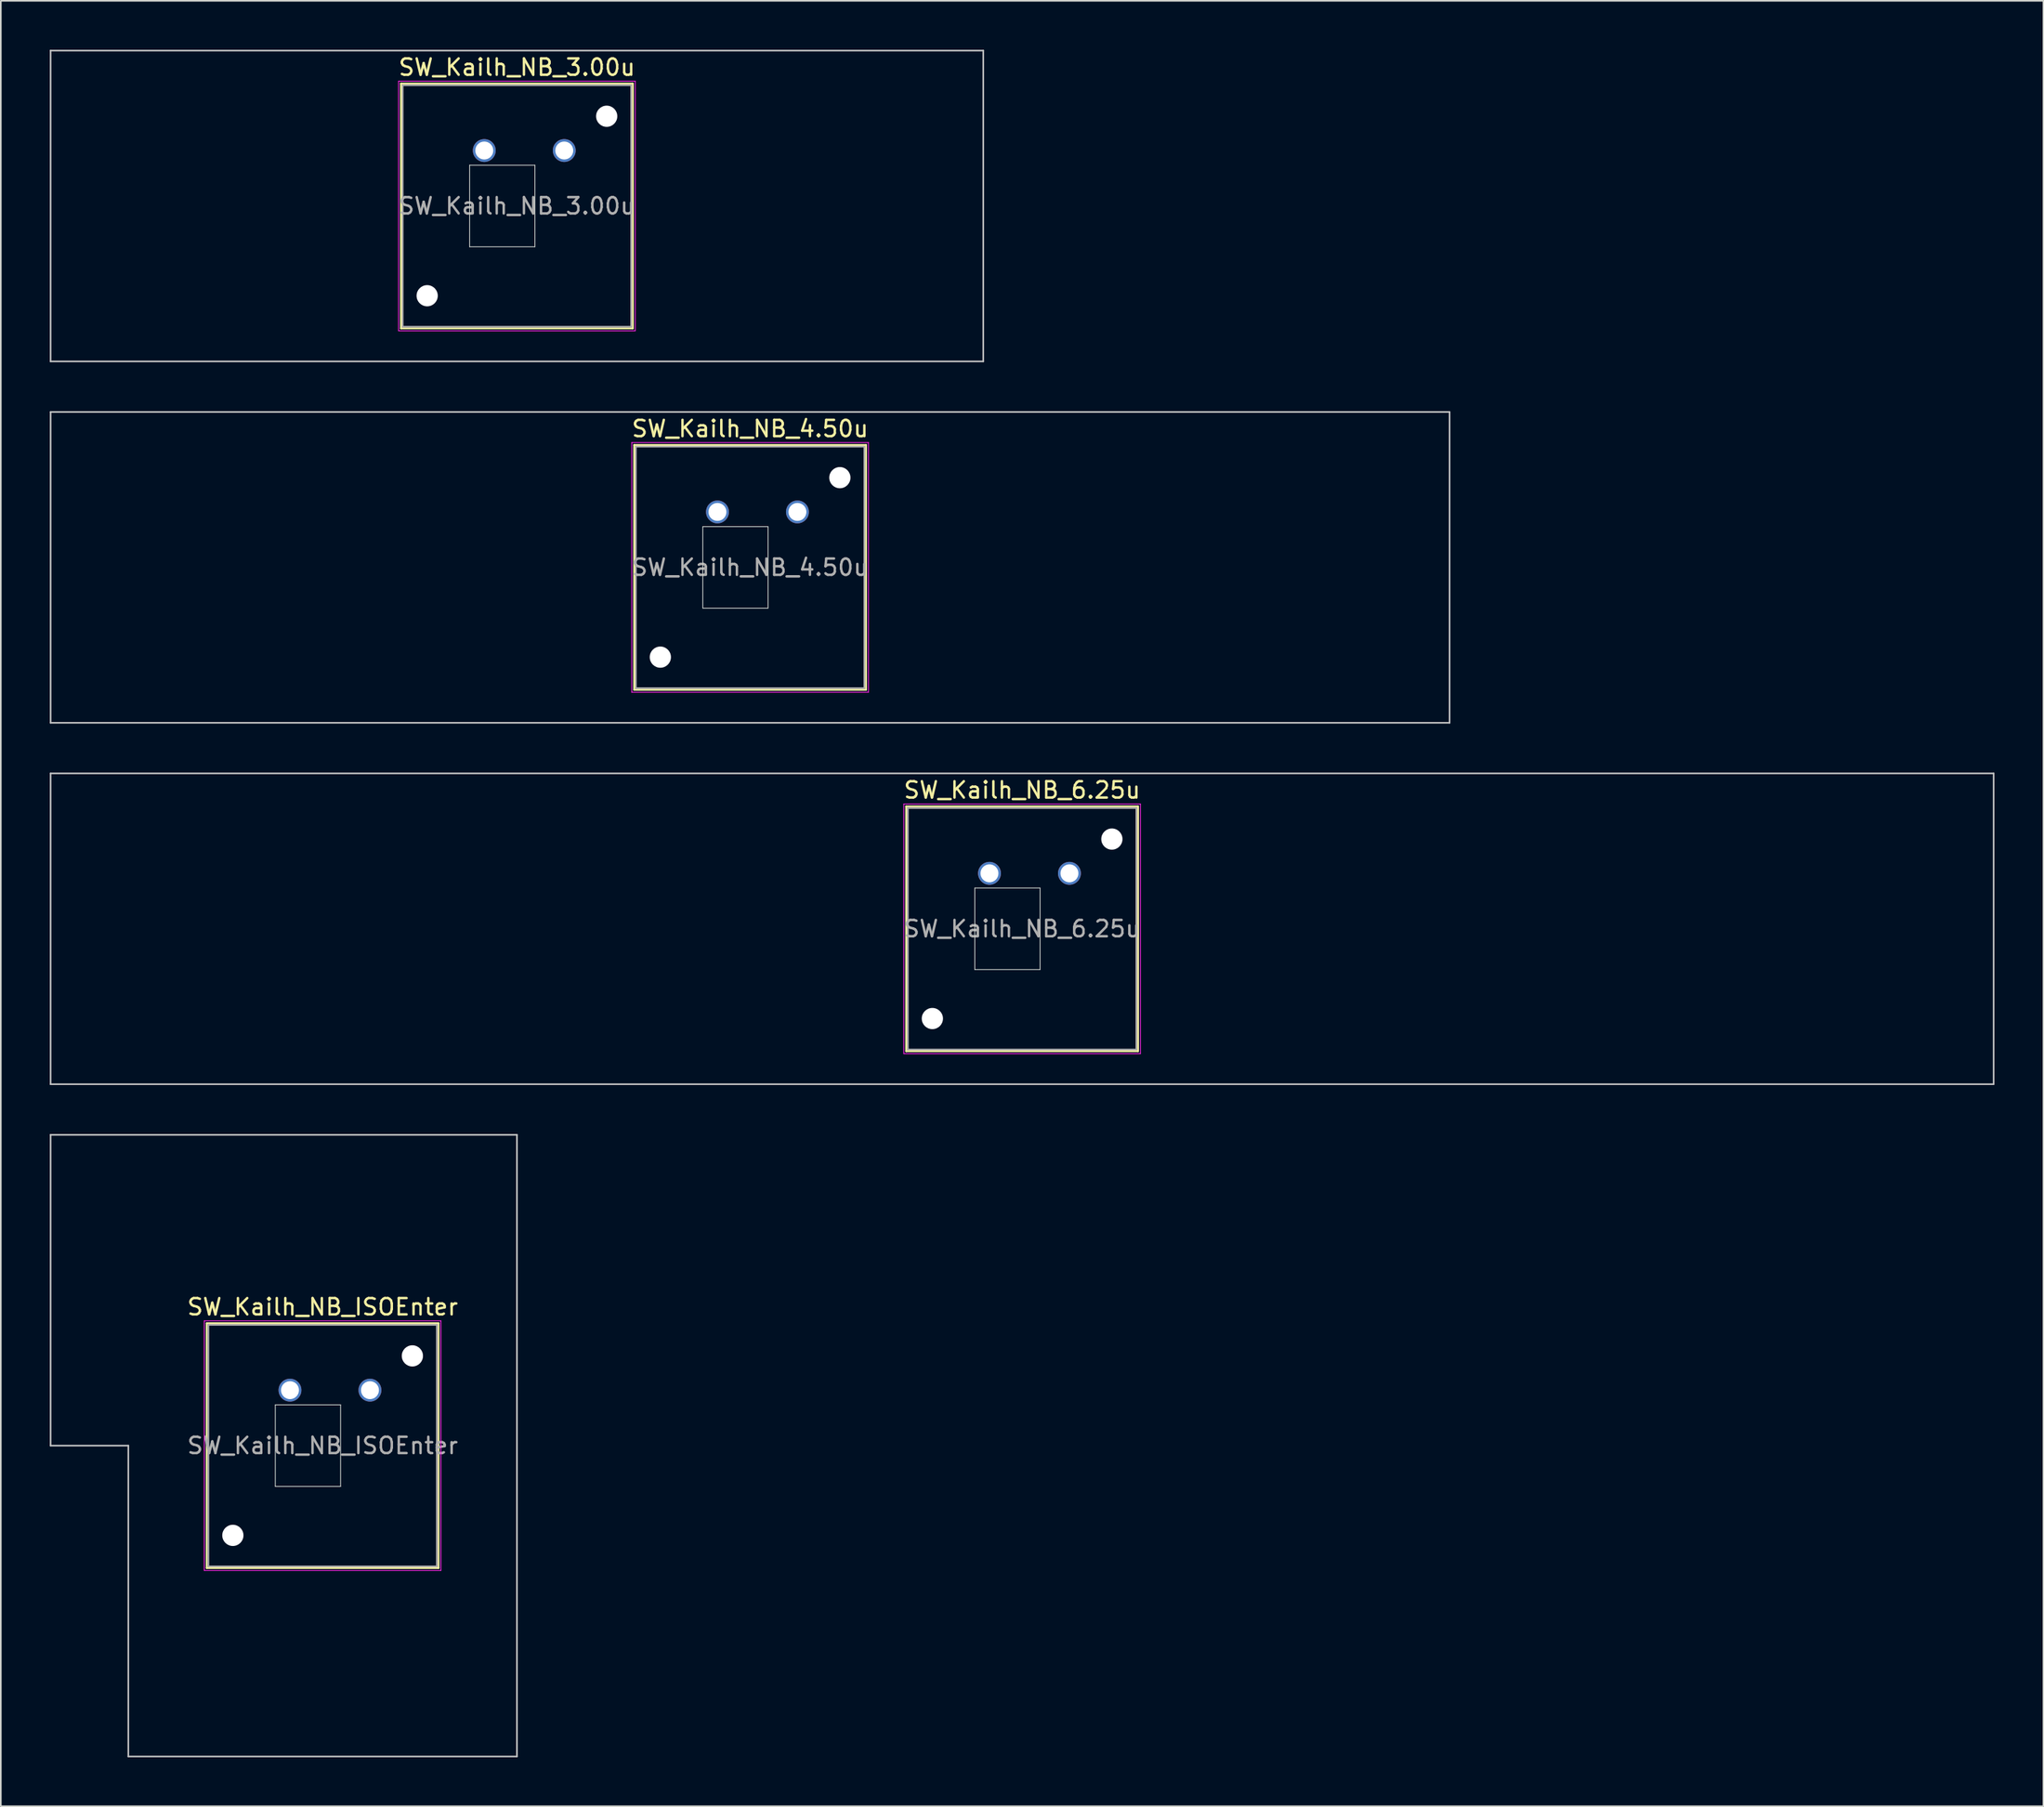
<source format=kicad_pcb>
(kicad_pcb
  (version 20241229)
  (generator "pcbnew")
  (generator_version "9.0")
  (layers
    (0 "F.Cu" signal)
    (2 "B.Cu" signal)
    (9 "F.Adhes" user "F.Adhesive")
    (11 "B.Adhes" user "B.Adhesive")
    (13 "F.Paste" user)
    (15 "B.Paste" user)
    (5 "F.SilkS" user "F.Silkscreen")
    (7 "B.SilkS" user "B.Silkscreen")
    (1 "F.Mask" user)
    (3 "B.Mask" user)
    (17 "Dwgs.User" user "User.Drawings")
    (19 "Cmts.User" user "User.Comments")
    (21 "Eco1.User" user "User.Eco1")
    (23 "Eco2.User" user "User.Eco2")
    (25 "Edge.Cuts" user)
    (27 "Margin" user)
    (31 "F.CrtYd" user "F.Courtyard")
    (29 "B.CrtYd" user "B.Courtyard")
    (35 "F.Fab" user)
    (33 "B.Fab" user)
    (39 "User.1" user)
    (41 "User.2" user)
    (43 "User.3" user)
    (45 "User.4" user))
  (footprint "SW_Kailh_NB_4.50u"
    (layer "F.Cu")
    (at 42.913 31.725)
    (property "Reference" "SW_Kailh_NB_4.50u" (at 0 -8.5 0) (layer "F.SilkS") (effects (font (size 1 1) (thickness 0.15))))
    (attr through_hole)
    (fp_line (start -7.1 -7.5) (end -7.1 7.5) (stroke (width 0.12) (type solid)) (layer "F.SilkS"))
    (fp_line (start -7.1 7.5) (end 7.1 7.5) (stroke (width 0.12) (type solid)) (layer "F.SilkS"))
    (fp_line (start 7.1 -7.5) (end -7.1 -7.5) (stroke (width 0.12) (type solid)) (layer "F.SilkS"))
    (fp_line (start 7.1 7.5) (end 7.1 -7.5) (stroke (width 0.12) (type solid)) (layer "F.SilkS"))
    (fp_line (start -42.862 -9.525) (end -42.862 9.525) (stroke (width 0.1) (type solid)) (layer "Dwgs.User"))
    (fp_line (start -42.862 9.525) (end 42.862 9.525) (stroke (width 0.1) (type solid)) (layer "Dwgs.User"))
    (fp_line (start 42.862 -9.525) (end -42.862 -9.525) (stroke (width 0.1) (type solid)) (layer "Dwgs.User"))
    (fp_line (start 42.862 9.525) (end 42.862 -9.525) (stroke (width 0.1) (type solid)) (layer "Dwgs.User"))
    (fp_line (start -2.9 -2.5) (end 1.1 -2.5) (stroke (width 0.05) (type solid)) (layer "Edge.Cuts"))
    (fp_line (start -2.9 2.5) (end -2.9 -2.5) (stroke (width 0.05) (type solid)) (layer "Edge.Cuts"))
    (fp_line (start 1.1 -2.5) (end 1.1 2.5) (stroke (width 0.05) (type solid)) (layer "Edge.Cuts"))
    (fp_line (start 1.1 2.5) (end -2.9 2.5) (stroke (width 0.05) (type solid)) (layer "Edge.Cuts"))
    (fp_line (start -7.25 -7.65) (end -7.25 7.65) (stroke (width 0.05) (type solid)) (layer "F.CrtYd"))
    (fp_line (start -7.25 7.65) (end 7.25 7.65) (stroke (width 0.05) (type solid)) (layer "F.CrtYd"))
    (fp_line (start 7.25 -7.65) (end -7.25 -7.65) (stroke (width 0.05) (type solid)) (layer "F.CrtYd"))
    (fp_line (start 7.25 7.65) (end 7.25 -7.65) (stroke (width 0.05) (type solid)) (layer "F.CrtYd"))
    (fp_line (start -7 -7.4) (end -7 7.4) (stroke (width 0.1) (type solid)) (layer "F.Fab"))
    (fp_line (start -7 7.4) (end 7 7.4) (stroke (width 0.1) (type solid)) (layer "F.Fab"))
    (fp_line (start 7 -7.4) (end -7 -7.4) (stroke (width 0.1) (type solid)) (layer "F.Fab"))
    (fp_line (start 7 7.4) (end 7 -7.4) (stroke (width 0.1) (type solid)) (layer "F.Fab"))
    (fp_text user "${REFERENCE}" (at 0 0 0) (layer "F.Fab") (effects (font (size 1 1) (thickness 0.15))))
    (pad "" np_thru_hole circle (at -5.5 5.5) (size 1.3 1.3) (drill 1.3) (layers "*.Cu" "*.Mask"))
    (pad "" smd circle (at -2 -3.4) (size 1.15 1.15) (layers "F.Mask"))
    (pad "" smd circle (at 2.9 -3.4) (size 1.15 1.15) (layers "F.Mask"))
    (pad "" np_thru_hole circle (at 5.5 -5.5) (size 1.3 1.3) (drill 1.3) (layers "*.Cu" "*.Mask"))
    (pad "1" thru_hole circle (at -2 -3.4) (size 1.4 1.4) (drill 1.1) (layers "*.Cu" "B.Mask"))
    (pad "2" thru_hole circle (at 2.9 -3.4) (size 1.4 1.4) (drill 1.1) (layers "*.Cu" "B.Mask")))
  (footprint "SW_Kailh_NB_6.25u"
    (layer "F.Cu")
    (at 59.581 53.875)
    (property "Reference" "SW_Kailh_NB_6.25u" (at 0 -8.5 0) (layer "F.SilkS") (effects (font (size 1 1) (thickness 0.15))))
    (attr through_hole)
    (fp_line (start -7.1 -7.5) (end -7.1 7.5) (stroke (width 0.12) (type solid)) (layer "F.SilkS"))
    (fp_line (start -7.1 7.5) (end 7.1 7.5) (stroke (width 0.12) (type solid)) (layer "F.SilkS"))
    (fp_line (start 7.1 -7.5) (end -7.1 -7.5) (stroke (width 0.12) (type solid)) (layer "F.SilkS"))
    (fp_line (start 7.1 7.5) (end 7.1 -7.5) (stroke (width 0.12) (type solid)) (layer "F.SilkS"))
    (fp_line (start -59.531 -9.525) (end -59.531 9.525) (stroke (width 0.1) (type solid)) (layer "Dwgs.User"))
    (fp_line (start -59.531 9.525) (end 59.531 9.525) (stroke (width 0.1) (type solid)) (layer "Dwgs.User"))
    (fp_line (start 59.531 -9.525) (end -59.531 -9.525) (stroke (width 0.1) (type solid)) (layer "Dwgs.User"))
    (fp_line (start 59.531 9.525) (end 59.531 -9.525) (stroke (width 0.1) (type solid)) (layer "Dwgs.User"))
    (fp_line (start -2.9 -2.5) (end 1.1 -2.5) (stroke (width 0.05) (type solid)) (layer "Edge.Cuts"))
    (fp_line (start -2.9 2.5) (end -2.9 -2.5) (stroke (width 0.05) (type solid)) (layer "Edge.Cuts"))
    (fp_line (start 1.1 -2.5) (end 1.1 2.5) (stroke (width 0.05) (type solid)) (layer "Edge.Cuts"))
    (fp_line (start 1.1 2.5) (end -2.9 2.5) (stroke (width 0.05) (type solid)) (layer "Edge.Cuts"))
    (fp_line (start -7.25 -7.65) (end -7.25 7.65) (stroke (width 0.05) (type solid)) (layer "F.CrtYd"))
    (fp_line (start -7.25 7.65) (end 7.25 7.65) (stroke (width 0.05) (type solid)) (layer "F.CrtYd"))
    (fp_line (start 7.25 -7.65) (end -7.25 -7.65) (stroke (width 0.05) (type solid)) (layer "F.CrtYd"))
    (fp_line (start 7.25 7.65) (end 7.25 -7.65) (stroke (width 0.05) (type solid)) (layer "F.CrtYd"))
    (fp_line (start -7 -7.4) (end -7 7.4) (stroke (width 0.1) (type solid)) (layer "F.Fab"))
    (fp_line (start -7 7.4) (end 7 7.4) (stroke (width 0.1) (type solid)) (layer "F.Fab"))
    (fp_line (start 7 -7.4) (end -7 -7.4) (stroke (width 0.1) (type solid)) (layer "F.Fab"))
    (fp_line (start 7 7.4) (end 7 -7.4) (stroke (width 0.1) (type solid)) (layer "F.Fab"))
    (fp_text user "${REFERENCE}" (at 0 0 0) (layer "F.Fab") (effects (font (size 1 1) (thickness 0.15))))
    (pad "" np_thru_hole circle (at -5.5 5.5) (size 1.3 1.3) (drill 1.3) (layers "*.Cu" "*.Mask"))
    (pad "" smd circle (at -2 -3.4) (size 1.15 1.15) (layers "F.Mask"))
    (pad "" smd circle (at 2.9 -3.4) (size 1.15 1.15) (layers "F.Mask"))
    (pad "" np_thru_hole circle (at 5.5 -5.5) (size 1.3 1.3) (drill 1.3) (layers "*.Cu" "*.Mask"))
    (pad "1" thru_hole circle (at -2 -3.4) (size 1.4 1.4) (drill 1.1) (layers "*.Cu" "B.Mask"))
    (pad "2" thru_hole circle (at 2.9 -3.4) (size 1.4 1.4) (drill 1.1) (layers "*.Cu" "B.Mask")))
  (footprint "SW_Kailh_NB_ISOEnter"
    (layer "F.Cu")
    (at 16.719 85.55)
    (property "Reference" "SW_Kailh_NB_ISOEnter" (at 0 -8.5 0) (layer "F.SilkS") (effects (font (size 1 1) (thickness 0.15))))
    (attr through_hole)
    (fp_line (start -7.1 -7.5) (end -7.1 7.5) (stroke (width 0.12) (type solid)) (layer "F.SilkS"))
    (fp_line (start -7.1 7.5) (end 7.1 7.5) (stroke (width 0.12) (type solid)) (layer "F.SilkS"))
    (fp_line (start 7.1 -7.5) (end -7.1 -7.5) (stroke (width 0.12) (type solid)) (layer "F.SilkS"))
    (fp_line (start 7.1 7.5) (end 7.1 -7.5) (stroke (width 0.12) (type solid)) (layer "F.SilkS"))
    (fp_line (start -16.669 -19.05) (end -16.669 0) (stroke (width 0.1) (type solid)) (layer "Dwgs.User"))
    (fp_line (start -16.669 0) (end -11.906 0) (stroke (width 0.1) (type solid)) (layer "Dwgs.User"))
    (fp_line (start -11.906 0) (end -11.906 19.05) (stroke (width 0.1) (type solid)) (layer "Dwgs.User"))
    (fp_line (start -11.906 19.05) (end 11.906 19.05) (stroke (width 0.1) (type solid)) (layer "Dwgs.User"))
    (fp_line (start 11.906 -19.05) (end -16.669 -19.05) (stroke (width 0.1) (type solid)) (layer "Dwgs.User"))
    (fp_line (start 11.906 19.05) (end 11.906 -19.05) (stroke (width 0.1) (type solid)) (layer "Dwgs.User"))
    (fp_line (start -2.9 -2.5) (end 1.1 -2.5) (stroke (width 0.05) (type solid)) (layer "Edge.Cuts"))
    (fp_line (start -2.9 2.5) (end -2.9 -2.5) (stroke (width 0.05) (type solid)) (layer "Edge.Cuts"))
    (fp_line (start 1.1 -2.5) (end 1.1 2.5) (stroke (width 0.05) (type solid)) (layer "Edge.Cuts"))
    (fp_line (start 1.1 2.5) (end -2.9 2.5) (stroke (width 0.05) (type solid)) (layer "Edge.Cuts"))
    (fp_line (start -7.25 -7.65) (end -7.25 7.65) (stroke (width 0.05) (type solid)) (layer "F.CrtYd"))
    (fp_line (start -7.25 7.65) (end 7.25 7.65) (stroke (width 0.05) (type solid)) (layer "F.CrtYd"))
    (fp_line (start 7.25 -7.65) (end -7.25 -7.65) (stroke (width 0.05) (type solid)) (layer "F.CrtYd"))
    (fp_line (start 7.25 7.65) (end 7.25 -7.65) (stroke (width 0.05) (type solid)) (layer "F.CrtYd"))
    (fp_line (start -7 -7.4) (end -7 7.4) (stroke (width 0.1) (type solid)) (layer "F.Fab"))
    (fp_line (start -7 7.4) (end 7 7.4) (stroke (width 0.1) (type solid)) (layer "F.Fab"))
    (fp_line (start 7 -7.4) (end -7 -7.4) (stroke (width 0.1) (type solid)) (layer "F.Fab"))
    (fp_line (start 7 7.4) (end 7 -7.4) (stroke (width 0.1) (type solid)) (layer "F.Fab"))
    (fp_text user "${REFERENCE}" (at 0 0 0) (layer "F.Fab") (effects (font (size 1 1) (thickness 0.15))))
    (pad "" np_thru_hole circle (at -5.5 5.5) (size 1.3 1.3) (drill 1.3) (layers "*.Cu" "*.Mask"))
    (pad "" smd circle (at -2 -3.4) (size 1.15 1.15) (layers "F.Mask"))
    (pad "" smd circle (at 2.9 -3.4) (size 1.15 1.15) (layers "F.Mask"))
    (pad "" np_thru_hole circle (at 5.5 -5.5) (size 1.3 1.3) (drill 1.3) (layers "*.Cu" "*.Mask"))
    (pad "1" thru_hole circle (at -2 -3.4) (size 1.4 1.4) (drill 1.1) (layers "*.Cu" "B.Mask"))
    (pad "2" thru_hole circle (at 2.9 -3.4) (size 1.4 1.4) (drill 1.1) (layers "*.Cu" "B.Mask")))
  (footprint "SW_Kailh_NB_3.00u"
    (layer "F.Cu")
    (at 28.625 9.575)
    (property "Reference" "SW_Kailh_NB_3.00u" (at 0 -8.5 0) (layer "F.SilkS") (effects (font (size 1 1) (thickness 0.15))))
    (attr through_hole)
    (fp_line (start -7.1 -7.5) (end -7.1 7.5) (stroke (width 0.12) (type solid)) (layer "F.SilkS"))
    (fp_line (start -7.1 7.5) (end 7.1 7.5) (stroke (width 0.12) (type solid)) (layer "F.SilkS"))
    (fp_line (start 7.1 -7.5) (end -7.1 -7.5) (stroke (width 0.12) (type solid)) (layer "F.SilkS"))
    (fp_line (start 7.1 7.5) (end 7.1 -7.5) (stroke (width 0.12) (type solid)) (layer "F.SilkS"))
    (fp_line (start -28.575 -9.525) (end -28.575 9.525) (stroke (width 0.1) (type solid)) (layer "Dwgs.User"))
    (fp_line (start -28.575 9.525) (end 28.575 9.525) (stroke (width 0.1) (type solid)) (layer "Dwgs.User"))
    (fp_line (start 28.575 -9.525) (end -28.575 -9.525) (stroke (width 0.1) (type solid)) (layer "Dwgs.User"))
    (fp_line (start 28.575 9.525) (end 28.575 -9.525) (stroke (width 0.1) (type solid)) (layer "Dwgs.User"))
    (fp_line (start -2.9 -2.5) (end 1.1 -2.5) (stroke (width 0.05) (type solid)) (layer "Edge.Cuts"))
    (fp_line (start -2.9 2.5) (end -2.9 -2.5) (stroke (width 0.05) (type solid)) (layer "Edge.Cuts"))
    (fp_line (start 1.1 -2.5) (end 1.1 2.5) (stroke (width 0.05) (type solid)) (layer "Edge.Cuts"))
    (fp_line (start 1.1 2.5) (end -2.9 2.5) (stroke (width 0.05) (type solid)) (layer "Edge.Cuts"))
    (fp_line (start -7.25 -7.65) (end -7.25 7.65) (stroke (width 0.05) (type solid)) (layer "F.CrtYd"))
    (fp_line (start -7.25 7.65) (end 7.25 7.65) (stroke (width 0.05) (type solid)) (layer "F.CrtYd"))
    (fp_line (start 7.25 -7.65) (end -7.25 -7.65) (stroke (width 0.05) (type solid)) (layer "F.CrtYd"))
    (fp_line (start 7.25 7.65) (end 7.25 -7.65) (stroke (width 0.05) (type solid)) (layer "F.CrtYd"))
    (fp_line (start -7 -7.4) (end -7 7.4) (stroke (width 0.1) (type solid)) (layer "F.Fab"))
    (fp_line (start -7 7.4) (end 7 7.4) (stroke (width 0.1) (type solid)) (layer "F.Fab"))
    (fp_line (start 7 -7.4) (end -7 -7.4) (stroke (width 0.1) (type solid)) (layer "F.Fab"))
    (fp_line (start 7 7.4) (end 7 -7.4) (stroke (width 0.1) (type solid)) (layer "F.Fab"))
    (fp_text user "${REFERENCE}" (at 0 0 0) (layer "F.Fab") (effects (font (size 1 1) (thickness 0.15))))
    (pad "" np_thru_hole circle (at -5.5 5.5) (size 1.3 1.3) (drill 1.3) (layers "*.Cu" "*.Mask"))
    (pad "" smd circle (at -2 -3.4) (size 1.15 1.15) (layers "F.Mask"))
    (pad "" smd circle (at 2.9 -3.4) (size 1.15 1.15) (layers "F.Mask"))
    (pad "" np_thru_hole circle (at 5.5 -5.5) (size 1.3 1.3) (drill 1.3) (layers "*.Cu" "*.Mask"))
    (pad "1" thru_hole circle (at -2 -3.4) (size 1.4 1.4) (drill 1.1) (layers "*.Cu" "B.Mask"))
    (pad "2" thru_hole circle (at 2.9 -3.4) (size 1.4 1.4) (drill 1.1) (layers "*.Cu" "B.Mask")))
  (gr_rect
    (start -3 -3)
    (end 122.162 107.65)
    (stroke (width 0.1) (type default))
    (fill no)
    (layer "Edge.Cuts")))
</source>
